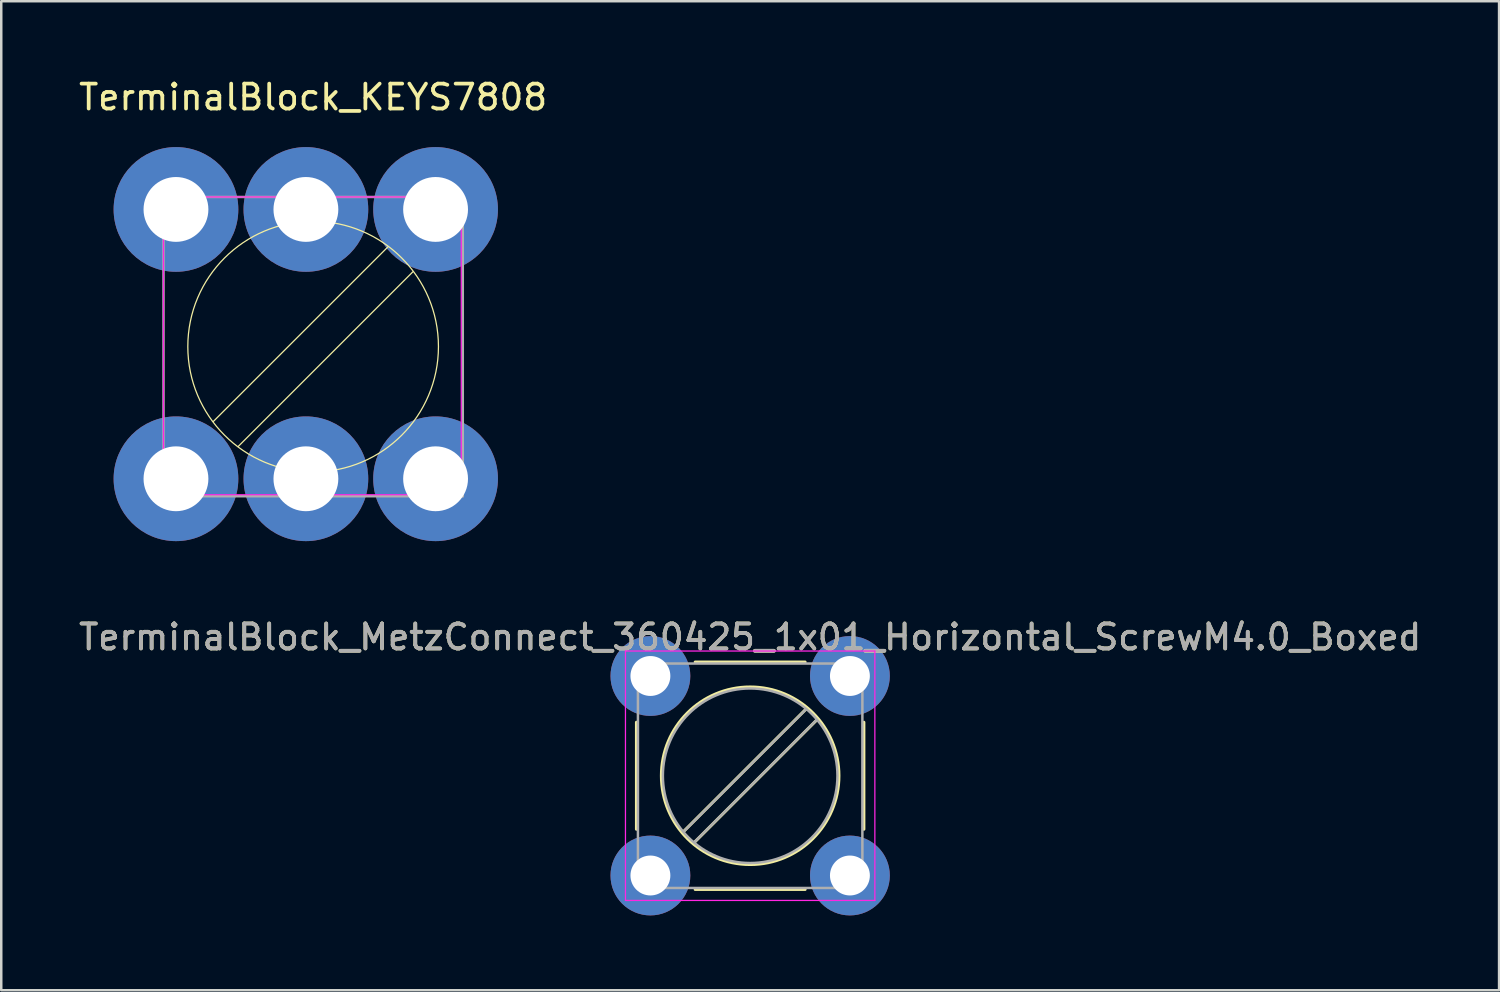
<source format=kicad_pcb>
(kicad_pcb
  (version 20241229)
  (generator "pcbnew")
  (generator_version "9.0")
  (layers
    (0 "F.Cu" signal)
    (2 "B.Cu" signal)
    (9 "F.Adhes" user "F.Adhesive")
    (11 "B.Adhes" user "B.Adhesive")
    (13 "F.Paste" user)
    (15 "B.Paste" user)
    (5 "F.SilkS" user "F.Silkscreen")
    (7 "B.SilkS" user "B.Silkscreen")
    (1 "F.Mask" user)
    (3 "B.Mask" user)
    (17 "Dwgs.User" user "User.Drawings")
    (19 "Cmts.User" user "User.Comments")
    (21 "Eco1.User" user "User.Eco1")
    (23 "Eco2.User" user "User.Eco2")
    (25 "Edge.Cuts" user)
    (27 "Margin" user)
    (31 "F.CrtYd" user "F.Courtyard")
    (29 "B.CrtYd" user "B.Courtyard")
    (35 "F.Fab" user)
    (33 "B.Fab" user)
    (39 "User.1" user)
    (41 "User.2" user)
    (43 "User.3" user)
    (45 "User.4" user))
  (footprint "TerminalBlock_KEYS7808"
    (layer "F.Cu")
    (at 3.506 4.848)
    (property "Reference" "TerminalBlock_KEYS7808" (at 6 -4 0) (layer "F.SilkS") (effects (font (size 1 1) (thickness 0.15))))
    (attr through_hole)
    (fp_line (start 2 9) (end 9 2) (stroke (width 0.05) (type solid)) (layer "F.SilkS"))
    (fp_line (start 3 10) (end 10 3) (stroke (width 0.05) (type solid)) (layer "F.SilkS"))
    (fp_circle (center 6 6) (end 11 6.5) (stroke (width 0.05) (type solid)) (fill no) (layer "F.SilkS"))
    (fp_line (start 0 0) (end 0 11.94) (stroke (width 0.05) (type solid)) (layer "F.CrtYd"))
    (fp_line (start 11.94 0) (end 0 0) (stroke (width 0.05) (type solid)) (layer "F.CrtYd"))
    (fp_line (start 11.94 0) (end 11.94 11.94) (stroke (width 0.05) (type solid)) (layer "F.CrtYd"))
    (fp_line (start 11.94 11.94) (end 0 11.94) (stroke (width 0.05) (type solid)) (layer "F.CrtYd"))
    (fp_line (start 0 0) (end 0 12) (stroke (width 0.1) (type solid)) (layer "F.Fab"))
    (fp_line (start 0 0) (end 12 0) (stroke (width 0.1) (type solid)) (layer "F.Fab"))
    (fp_line (start 0 12) (end 12 12) (stroke (width 0.1) (type solid)) (layer "F.Fab"))
    (fp_line (start 12 0) (end 12 12) (stroke (width 0.1) (type solid)) (layer "F.Fab"))
    (pad "1" thru_hole circle (at 0.5 0.5) (size 5 5) (drill 2.6) (layers "*.Cu" "*.Mask"))
    (pad "1" thru_hole circle (at 0.5 11.3) (size 5 5) (drill 2.6) (layers "*.Cu" "*.Mask"))
    (pad "1" thru_hole circle (at 5.71 0.5) (size 5 5) (drill 2.6) (layers "*.Cu" "*.Mask"))
    (pad "1" thru_hole circle (at 5.71 11.3) (size 5 5) (drill 2.6) (layers "*.Cu" "*.Mask"))
    (pad "1" thru_hole circle (at 10.91 0.5) (size 5 5) (drill 2.6) (layers "*.Cu" "*.Mask"))
    (pad "1" thru_hole circle (at 10.91 11.3) (size 5 5) (drill 2.6) (layers "*.Cu" "*.Mask")))
  (footprint "TerminalBlock_MetzConnect_360425_1x01_Horizontal_ScrewM4.0_Boxed"
    (layer "F.Cu")
    (at 23.03 24.056)
    (property "Reference" "TerminalBlock_MetzConnect_360425_1x01_Horizontal_ScrewM4.0_Boxed" (at 4 -1.56 0) (layer "F.SilkS") (effects (font (size 1 1) (thickness 0.15))))
    (attr through_hole)
    (fp_line (start -0.56 1.855) (end -0.56 6.145) (stroke (width 0.12) (type solid)) (layer "F.SilkS"))
    (fp_line (start 1.796 -0.56) (end 6.204 -0.56) (stroke (width 0.12) (type solid)) (layer "F.SilkS"))
    (fp_line (start 1.796 8.56) (end 6.204 8.56) (stroke (width 0.12) (type solid)) (layer "F.SilkS"))
    (fp_line (start 6.266 1.3) (end 1.299 6.266) (stroke (width 0.12) (type solid)) (layer "F.SilkS"))
    (fp_line (start 6.7 1.734) (end 1.734 6.7) (stroke (width 0.12) (type solid)) (layer "F.SilkS"))
    (fp_line (start 8.56 1.855) (end 8.56 6.145) (stroke (width 0.12) (type solid)) (layer "F.SilkS"))
    (fp_circle (center 4 4) (end 7.56 4) (stroke (width 0.12) (type solid)) (fill no) (layer "F.SilkS"))
    (fp_line (start -1 -1) (end -1 9) (stroke (width 0.05) (type solid)) (layer "F.CrtYd"))
    (fp_line (start -1 9) (end 9 9) (stroke (width 0.05) (type solid)) (layer "F.CrtYd"))
    (fp_line (start 9 -1) (end -1 -1) (stroke (width 0.05) (type solid)) (layer "F.CrtYd"))
    (fp_line (start 9 9) (end 9 -1) (stroke (width 0.05) (type solid)) (layer "F.CrtYd"))
    (fp_line (start -0.5 -0.5) (end -0.5 8.5) (stroke (width 0.1) (type solid)) (layer "F.Fab"))
    (fp_line (start -0.5 -0.5) (end 8.5 -0.5) (stroke (width 0.1) (type solid)) (layer "F.Fab"))
    (fp_line (start -0.5 8.5) (end 8.5 8.5) (stroke (width 0.1) (type solid)) (layer "F.Fab"))
    (fp_line (start 6.228 1.345) (end 1.345 6.227) (stroke (width 0.1) (type solid)) (layer "F.Fab"))
    (fp_line (start 6.655 1.772) (end 1.772 6.654) (stroke (width 0.1) (type solid)) (layer "F.Fab"))
    (fp_line (start 8.5 -0.5) (end 8.5 8.5) (stroke (width 0.1) (type solid)) (layer "F.Fab"))
    (fp_circle (center 4 4) (end 7.5 4) (stroke (width 0.1) (type solid)) (fill no) (layer "F.Fab"))
    (fp_text user "${REFERENCE}" (at 4 -1.56 0) (layer "F.Fab") (effects (font (size 1 1) (thickness 0.15))))
    (pad "1" thru_hole circle (at 0 0) (size 3.2 3.2) (drill 1.6) (layers "*.Cu" "*.Mask"))
    (pad "1" thru_hole circle (at 0 8) (size 3.2 3.2) (drill 1.6) (layers "*.Cu" "*.Mask"))
    (pad "1" thru_hole circle (at 8 0) (size 3.2 3.2) (drill 1.6) (layers "*.Cu" "*.Mask"))
    (pad "1" thru_hole circle (at 8 8) (size 3.2 3.2) (drill 1.6) (layers "*.Cu" "*.Mask")))
  (gr_rect
    (start -3 -3)
    (end 57.06 36.657)
    (stroke (width 0.1) (type default))
    (fill no)
    (layer "Edge.Cuts")))
</source>
